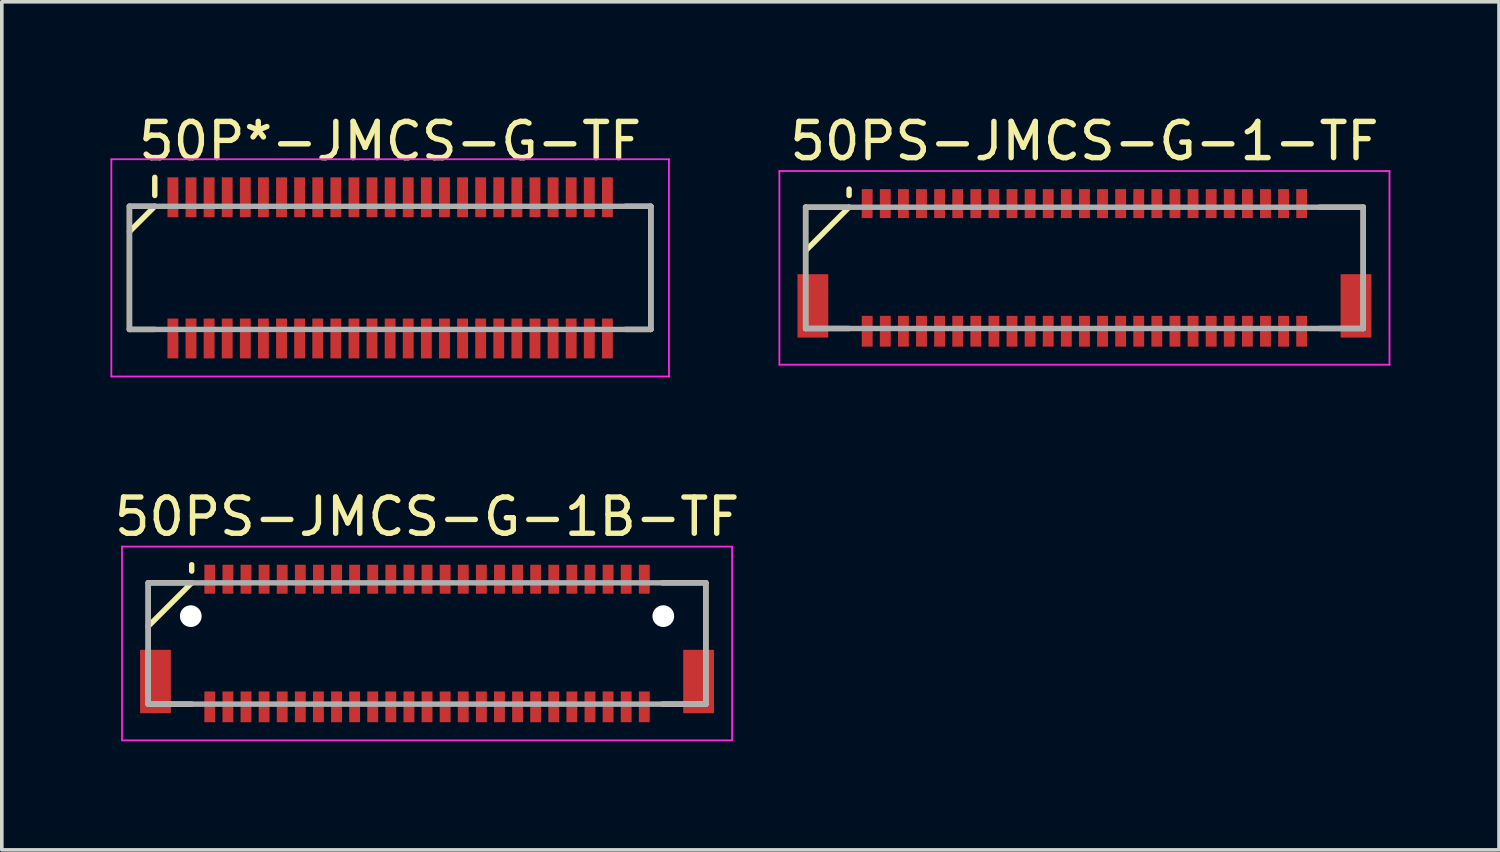
<source format=kicad_pcb>
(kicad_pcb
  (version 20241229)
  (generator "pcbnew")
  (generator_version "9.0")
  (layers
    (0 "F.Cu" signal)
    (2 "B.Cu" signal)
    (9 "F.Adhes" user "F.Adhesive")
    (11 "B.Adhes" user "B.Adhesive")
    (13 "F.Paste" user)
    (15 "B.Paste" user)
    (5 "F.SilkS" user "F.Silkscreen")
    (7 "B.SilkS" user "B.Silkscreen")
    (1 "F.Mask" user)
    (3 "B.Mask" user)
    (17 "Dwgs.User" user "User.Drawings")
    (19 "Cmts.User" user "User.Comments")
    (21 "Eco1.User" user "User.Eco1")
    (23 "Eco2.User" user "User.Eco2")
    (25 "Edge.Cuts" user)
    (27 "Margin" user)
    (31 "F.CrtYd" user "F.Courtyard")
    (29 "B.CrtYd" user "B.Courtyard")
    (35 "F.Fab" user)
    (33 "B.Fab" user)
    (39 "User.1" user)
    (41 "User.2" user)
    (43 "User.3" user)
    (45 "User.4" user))
  (footprint "50PS-JMCS-G-1B-TF"
    (layer "F.Cu")
    (at 8.744 14.722)
    (property "Reference" "50PS-JMCS-G-1B-TF" (at 0 -3.5 0) (layer "F.SilkS") (effects (font (size 1 1) (thickness 0.15))))
    (attr smd)
    (fp_line (start -7.7 -1.675) (end -7.7 1.675) (stroke (width 0.15) (type solid)) (layer "F.SilkS"))
    (fp_line (start -7.7 -1.675) (end -6.5 -1.675) (stroke (width 0.15) (type solid)) (layer "F.SilkS"))
    (fp_line (start -7.7 1.675) (end -6.5 1.675) (stroke (width 0.15) (type solid)) (layer "F.SilkS"))
    (fp_line (start -6.5 -2.175) (end -6.5 -2) (stroke (width 0.15) (type solid)) (layer "F.SilkS"))
    (fp_line (start -6.5 -1.675) (end -7.7 -0.475) (stroke (width 0.15) (type solid)) (layer "F.SilkS"))
    (fp_line (start 6.5 -1.675) (end 7.7 -1.675) (stroke (width 0.15) (type solid)) (layer "F.SilkS"))
    (fp_line (start 6.5 1.675) (end 7.7 1.675) (stroke (width 0.15) (type solid)) (layer "F.SilkS"))
    (fp_line (start 7.7 -1.675) (end 7.7 1.675) (stroke (width 0.15) (type solid)) (layer "F.SilkS"))
    (fp_line (start -8.425 -2.675) (end -8.425 2.675) (stroke (width 0.05) (type solid)) (layer "F.CrtYd"))
    (fp_line (start -8.425 -2.675) (end 8.425 -2.675) (stroke (width 0.05) (type solid)) (layer "F.CrtYd"))
    (fp_line (start -8.425 2.675) (end 8.425 2.675) (stroke (width 0.05) (type solid)) (layer "F.CrtYd"))
    (fp_line (start 8.425 -2.675) (end 8.425 2.675) (stroke (width 0.05) (type solid)) (layer "F.CrtYd"))
    (fp_line (start -7.7 -1.675) (end -7.7 1.675) (stroke (width 0.15) (type solid)) (layer "F.Fab"))
    (fp_line (start -7.7 -1.675) (end 7.7 -1.675) (stroke (width 0.15) (type solid)) (layer "F.Fab"))
    (fp_line (start -7.7 1.675) (end 7.7 1.675) (stroke (width 0.15) (type solid)) (layer "F.Fab"))
    (fp_line (start 7.7 -1.675) (end 7.7 1.675) (stroke (width 0.15) (type solid)) (layer "F.Fab"))
    (pad "" np_thru_hole circle (at -6.525 -0.755) (size 0.6 0.6) (drill 0.6) (layers "*.Cu" "*.Mask"))
    (pad "" np_thru_hole circle (at 6.525 -0.755) (size 0.6 0.6) (drill 0.6) (layers "*.Cu" "*.Mask"))
    (pad "1" smd rect (at -6 -1.775) (size 0.3 0.8) (layers "F.Cu" "F.Mask" "F.Paste"))
    (pad "2" smd rect (at -6 1.75) (size 0.3 0.85) (layers "F.Cu" "F.Mask" "F.Paste"))
    (pad "3" smd rect (at -5.5 -1.775) (size 0.3 0.8) (layers "F.Cu" "F.Mask" "F.Paste"))
    (pad "4" smd rect (at -5.5 1.75) (size 0.3 0.85) (layers "F.Cu" "F.Mask" "F.Paste"))
    (pad "5" smd rect (at -5 -1.775) (size 0.3 0.8) (layers "F.Cu" "F.Mask" "F.Paste"))
    (pad "6" smd rect (at -5 1.75) (size 0.3 0.85) (layers "F.Cu" "F.Mask" "F.Paste"))
    (pad "7" smd rect (at -4.5 -1.775) (size 0.3 0.8) (layers "F.Cu" "F.Mask" "F.Paste"))
    (pad "8" smd rect (at -4.5 1.75) (size 0.3 0.85) (layers "F.Cu" "F.Mask" "F.Paste"))
    (pad "9" smd rect (at -4 -1.775) (size 0.3 0.8) (layers "F.Cu" "F.Mask" "F.Paste"))
    (pad "10" smd rect (at -4 1.75) (size 0.3 0.85) (layers "F.Cu" "F.Mask" "F.Paste"))
    (pad "11" smd rect (at -3.5 -1.775) (size 0.3 0.8) (layers "F.Cu" "F.Mask" "F.Paste"))
    (pad "12" smd rect (at -3.5 1.75) (size 0.3 0.85) (layers "F.Cu" "F.Mask" "F.Paste"))
    (pad "13" smd rect (at -3 -1.775) (size 0.3 0.8) (layers "F.Cu" "F.Mask" "F.Paste"))
    (pad "14" smd rect (at -3 1.75) (size 0.3 0.85) (layers "F.Cu" "F.Mask" "F.Paste"))
    (pad "15" smd rect (at -2.5 -1.775) (size 0.3 0.8) (layers "F.Cu" "F.Mask" "F.Paste"))
    (pad "16" smd rect (at -2.5 1.75) (size 0.3 0.85) (layers "F.Cu" "F.Mask" "F.Paste"))
    (pad "17" smd rect (at -2 -1.775) (size 0.3 0.8) (layers "F.Cu" "F.Mask" "F.Paste"))
    (pad "18" smd rect (at -2 1.75) (size 0.3 0.85) (layers "F.Cu" "F.Mask" "F.Paste"))
    (pad "19" smd rect (at -1.5 -1.775) (size 0.3 0.8) (layers "F.Cu" "F.Mask" "F.Paste"))
    (pad "20" smd rect (at -1.5 1.75) (size 0.3 0.85) (layers "F.Cu" "F.Mask" "F.Paste"))
    (pad "21" smd rect (at -1 -1.775) (size 0.3 0.8) (layers "F.Cu" "F.Mask" "F.Paste"))
    (pad "22" smd rect (at -1 1.75) (size 0.3 0.85) (layers "F.Cu" "F.Mask" "F.Paste"))
    (pad "23" smd rect (at -0.5 -1.775) (size 0.3 0.8) (layers "F.Cu" "F.Mask" "F.Paste"))
    (pad "24" smd rect (at -0.5 1.75) (size 0.3 0.85) (layers "F.Cu" "F.Mask" "F.Paste"))
    (pad "25" smd rect (at 0 -1.775) (size 0.3 0.8) (layers "F.Cu" "F.Mask" "F.Paste"))
    (pad "26" smd rect (at 0 1.75) (size 0.3 0.85) (layers "F.Cu" "F.Mask" "F.Paste"))
    (pad "27" smd rect (at 0.5 -1.775) (size 0.3 0.8) (layers "F.Cu" "F.Mask" "F.Paste"))
    (pad "28" smd rect (at 0.5 1.75) (size 0.3 0.85) (layers "F.Cu" "F.Mask" "F.Paste"))
    (pad "29" smd rect (at 1 -1.775) (size 0.3 0.8) (layers "F.Cu" "F.Mask" "F.Paste"))
    (pad "30" smd rect (at 1 1.75) (size 0.3 0.85) (layers "F.Cu" "F.Mask" "F.Paste"))
    (pad "31" smd rect (at 1.5 -1.775) (size 0.3 0.8) (layers "F.Cu" "F.Mask" "F.Paste"))
    (pad "32" smd rect (at 1.5 1.75) (size 0.3 0.85) (layers "F.Cu" "F.Mask" "F.Paste"))
    (pad "33" smd rect (at 2 -1.775) (size 0.3 0.8) (layers "F.Cu" "F.Mask" "F.Paste"))
    (pad "34" smd rect (at 2 1.75) (size 0.3 0.85) (layers "F.Cu" "F.Mask" "F.Paste"))
    (pad "35" smd rect (at 2.5 -1.775) (size 0.3 0.8) (layers "F.Cu" "F.Mask" "F.Paste"))
    (pad "36" smd rect (at 2.5 1.75) (size 0.3 0.85) (layers "F.Cu" "F.Mask" "F.Paste"))
    (pad "37" smd rect (at 3 -1.775) (size 0.3 0.8) (layers "F.Cu" "F.Mask" "F.Paste"))
    (pad "38" smd rect (at 3 1.75) (size 0.3 0.85) (layers "F.Cu" "F.Mask" "F.Paste"))
    (pad "39" smd rect (at 3.5 -1.775) (size 0.3 0.8) (layers "F.Cu" "F.Mask" "F.Paste"))
    (pad "40" smd rect (at 3.5 1.75) (size 0.3 0.85) (layers "F.Cu" "F.Mask" "F.Paste"))
    (pad "41" smd rect (at 4 -1.775) (size 0.3 0.8) (layers "F.Cu" "F.Mask" "F.Paste"))
    (pad "42" smd rect (at 4 1.75) (size 0.3 0.85) (layers "F.Cu" "F.Mask" "F.Paste"))
    (pad "43" smd rect (at 4.5 -1.775) (size 0.3 0.8) (layers "F.Cu" "F.Mask" "F.Paste"))
    (pad "44" smd rect (at 4.5 1.75) (size 0.3 0.85) (layers "F.Cu" "F.Mask" "F.Paste"))
    (pad "45" smd rect (at 5 -1.775) (size 0.3 0.8) (layers "F.Cu" "F.Mask" "F.Paste"))
    (pad "46" smd rect (at 5 1.75) (size 0.3 0.85) (layers "F.Cu" "F.Mask" "F.Paste"))
    (pad "47" smd rect (at 5.5 -1.775) (size 0.3 0.8) (layers "F.Cu" "F.Mask" "F.Paste"))
    (pad "48" smd rect (at 5.5 1.75) (size 0.3 0.85) (layers "F.Cu" "F.Mask" "F.Paste"))
    (pad "49" smd rect (at 6 -1.775) (size 0.3 0.8) (layers "F.Cu" "F.Mask" "F.Paste"))
    (pad "50" smd rect (at 6 1.75) (size 0.3 0.85) (layers "F.Cu" "F.Mask" "F.Paste"))
    (pad "S" smd rect (at -7.5 1.05) (size 0.85 1.75) (layers "F.Cu" "F.Mask" "F.Paste"))
    (pad "S" smd rect (at 7.5 1.05) (size 0.85 1.75) (layers "F.Cu" "F.Mask" "F.Paste")))
  (footprint "50P*-JMCS-G-TF"
    (layer "F.Cu")
    (at 7.725 4.348)
    (property "Reference" "50P*-JMCS-G-TF" (at 0 -3.5 0) (layer "F.SilkS") (effects (font (size 1 1) (thickness 0.15))))
    (attr smd)
    (fp_line (start -7.2 -1.7) (end -7.2 1.7) (stroke (width 0.15) (type solid)) (layer "F.SilkS"))
    (fp_line (start -7.2 -1.7) (end -6.5 -1.7) (stroke (width 0.15) (type solid)) (layer "F.SilkS"))
    (fp_line (start -7.2 1.7) (end -6.5 1.7) (stroke (width 0.15) (type solid)) (layer "F.SilkS"))
    (fp_line (start -6.5 -2.5) (end -6.5 -2) (stroke (width 0.15) (type solid)) (layer "F.SilkS"))
    (fp_line (start -6.5 -1.7) (end -7.2 -1) (stroke (width 0.15) (type solid)) (layer "F.SilkS"))
    (fp_line (start 6.5 -1.7) (end 7.2 -1.7) (stroke (width 0.15) (type solid)) (layer "F.SilkS"))
    (fp_line (start 6.5 1.7) (end 7.2 1.7) (stroke (width 0.15) (type solid)) (layer "F.SilkS"))
    (fp_line (start 7.2 -1.7) (end 7.2 1.7) (stroke (width 0.15) (type solid)) (layer "F.SilkS"))
    (fp_line (start -7.7 -3) (end -7.7 3) (stroke (width 0.05) (type solid)) (layer "F.CrtYd"))
    (fp_line (start -7.7 -3) (end 7.7 -3) (stroke (width 0.05) (type solid)) (layer "F.CrtYd"))
    (fp_line (start -7.7 3) (end 7.7 3) (stroke (width 0.05) (type solid)) (layer "F.CrtYd"))
    (fp_line (start 7.7 -3) (end 7.7 3) (stroke (width 0.05) (type solid)) (layer "F.CrtYd"))
    (fp_line (start -7.2 -1.7) (end -7.2 1.7) (stroke (width 0.15) (type solid)) (layer "F.Fab"))
    (fp_line (start -7.2 -1.7) (end 7.2 -1.7) (stroke (width 0.15) (type solid)) (layer "F.Fab"))
    (fp_line (start -7.2 1.7) (end 7.2 1.7) (stroke (width 0.15) (type solid)) (layer "F.Fab"))
    (fp_line (start 7.2 -1.7) (end 7.2 1.7) (stroke (width 0.15) (type solid)) (layer "F.Fab"))
    (pad "1" smd rect (at -6 -1.95) (size 0.3 1.1) (layers "F.Cu" "F.Mask" "F.Paste"))
    (pad "2" smd rect (at -6 1.95) (size 0.3 1.1) (layers "F.Cu" "F.Mask" "F.Paste"))
    (pad "3" smd rect (at -5.5 -1.95) (size 0.3 1.1) (layers "F.Cu" "F.Mask" "F.Paste"))
    (pad "4" smd rect (at -5.5 1.95) (size 0.3 1.1) (layers "F.Cu" "F.Mask" "F.Paste"))
    (pad "5" smd rect (at -5 -1.95) (size 0.3 1.1) (layers "F.Cu" "F.Mask" "F.Paste"))
    (pad "6" smd rect (at -5 1.95) (size 0.3 1.1) (layers "F.Cu" "F.Mask" "F.Paste"))
    (pad "7" smd rect (at -4.5 -1.95) (size 0.3 1.1) (layers "F.Cu" "F.Mask" "F.Paste"))
    (pad "8" smd rect (at -4.5 1.95) (size 0.3 1.1) (layers "F.Cu" "F.Mask" "F.Paste"))
    (pad "9" smd rect (at -4 -1.95) (size 0.3 1.1) (layers "F.Cu" "F.Mask" "F.Paste"))
    (pad "10" smd rect (at -4 1.95) (size 0.3 1.1) (layers "F.Cu" "F.Mask" "F.Paste"))
    (pad "11" smd rect (at -3.5 -1.95) (size 0.3 1.1) (layers "F.Cu" "F.Mask" "F.Paste"))
    (pad "12" smd rect (at -3.5 1.95) (size 0.3 1.1) (layers "F.Cu" "F.Mask" "F.Paste"))
    (pad "13" smd rect (at -3 -1.95) (size 0.3 1.1) (layers "F.Cu" "F.Mask" "F.Paste"))
    (pad "14" smd rect (at -3 1.95) (size 0.3 1.1) (layers "F.Cu" "F.Mask" "F.Paste"))
    (pad "15" smd rect (at -2.5 -1.95) (size 0.3 1.1) (layers "F.Cu" "F.Mask" "F.Paste"))
    (pad "16" smd rect (at -2.5 1.95) (size 0.3 1.1) (layers "F.Cu" "F.Mask" "F.Paste"))
    (pad "17" smd rect (at -2 -1.95) (size 0.3 1.1) (layers "F.Cu" "F.Mask" "F.Paste"))
    (pad "18" smd rect (at -2 1.95) (size 0.3 1.1) (layers "F.Cu" "F.Mask" "F.Paste"))
    (pad "19" smd rect (at -1.5 -1.95) (size 0.3 1.1) (layers "F.Cu" "F.Mask" "F.Paste"))
    (pad "20" smd rect (at -1.5 1.95) (size 0.3 1.1) (layers "F.Cu" "F.Mask" "F.Paste"))
    (pad "21" smd rect (at -1 -1.95) (size 0.3 1.1) (layers "F.Cu" "F.Mask" "F.Paste"))
    (pad "22" smd rect (at -1 1.95) (size 0.3 1.1) (layers "F.Cu" "F.Mask" "F.Paste"))
    (pad "23" smd rect (at -0.5 -1.95) (size 0.3 1.1) (layers "F.Cu" "F.Mask" "F.Paste"))
    (pad "24" smd rect (at -0.5 1.95) (size 0.3 1.1) (layers "F.Cu" "F.Mask" "F.Paste"))
    (pad "25" smd rect (at 0 -1.95) (size 0.3 1.1) (layers "F.Cu" "F.Mask" "F.Paste"))
    (pad "26" smd rect (at 0 1.95) (size 0.3 1.1) (layers "F.Cu" "F.Mask" "F.Paste"))
    (pad "27" smd rect (at 0.5 -1.95) (size 0.3 1.1) (layers "F.Cu" "F.Mask" "F.Paste"))
    (pad "28" smd rect (at 0.5 1.95) (size 0.3 1.1) (layers "F.Cu" "F.Mask" "F.Paste"))
    (pad "29" smd rect (at 1 -1.95) (size 0.3 1.1) (layers "F.Cu" "F.Mask" "F.Paste"))
    (pad "30" smd rect (at 1 1.95) (size 0.3 1.1) (layers "F.Cu" "F.Mask" "F.Paste"))
    (pad "31" smd rect (at 1.5 -1.95) (size 0.3 1.1) (layers "F.Cu" "F.Mask" "F.Paste"))
    (pad "32" smd rect (at 1.5 1.95) (size 0.3 1.1) (layers "F.Cu" "F.Mask" "F.Paste"))
    (pad "33" smd rect (at 2 -1.95) (size 0.3 1.1) (layers "F.Cu" "F.Mask" "F.Paste"))
    (pad "34" smd rect (at 2 1.95) (size 0.3 1.1) (layers "F.Cu" "F.Mask" "F.Paste"))
    (pad "35" smd rect (at 2.5 -1.95) (size 0.3 1.1) (layers "F.Cu" "F.Mask" "F.Paste"))
    (pad "36" smd rect (at 2.5 1.95) (size 0.3 1.1) (layers "F.Cu" "F.Mask" "F.Paste"))
    (pad "37" smd rect (at 3 -1.95) (size 0.3 1.1) (layers "F.Cu" "F.Mask" "F.Paste"))
    (pad "38" smd rect (at 3 1.95) (size 0.3 1.1) (layers "F.Cu" "F.Mask" "F.Paste"))
    (pad "39" smd rect (at 3.5 -1.95) (size 0.3 1.1) (layers "F.Cu" "F.Mask" "F.Paste"))
    (pad "40" smd rect (at 3.5 1.95) (size 0.3 1.1) (layers "F.Cu" "F.Mask" "F.Paste"))
    (pad "41" smd rect (at 4 -1.95) (size 0.3 1.1) (layers "F.Cu" "F.Mask" "F.Paste"))
    (pad "42" smd rect (at 4 1.95) (size 0.3 1.1) (layers "F.Cu" "F.Mask" "F.Paste"))
    (pad "43" smd rect (at 4.5 -1.95) (size 0.3 1.1) (layers "F.Cu" "F.Mask" "F.Paste"))
    (pad "44" smd rect (at 4.5 1.95) (size 0.3 1.1) (layers "F.Cu" "F.Mask" "F.Paste"))
    (pad "45" smd rect (at 5 -1.95) (size 0.3 1.1) (layers "F.Cu" "F.Mask" "F.Paste"))
    (pad "46" smd rect (at 5 1.95) (size 0.3 1.1) (layers "F.Cu" "F.Mask" "F.Paste"))
    (pad "47" smd rect (at 5.5 -1.95) (size 0.3 1.1) (layers "F.Cu" "F.Mask" "F.Paste"))
    (pad "48" smd rect (at 5.5 1.95) (size 0.3 1.1) (layers "F.Cu" "F.Mask" "F.Paste"))
    (pad "49" smd rect (at 6 -1.95) (size 0.3 1.1) (layers "F.Cu" "F.Mask" "F.Paste"))
    (pad "50" smd rect (at 6 1.95) (size 0.3 1.1) (layers "F.Cu" "F.Mask" "F.Paste")))
  (footprint "50PS-JMCS-G-1-TF"
    (layer "F.Cu")
    (at 26.9 4.348)
    (property "Reference" "50PS-JMCS-G-1-TF" (at 0 -3.5 0) (layer "F.SilkS") (effects (font (size 1 1) (thickness 0.15))))
    (attr smd)
    (fp_line (start -7.7 -1.675) (end -7.7 1.675) (stroke (width 0.15) (type solid)) (layer "F.SilkS"))
    (fp_line (start -7.7 -1.675) (end -6.5 -1.675) (stroke (width 0.15) (type solid)) (layer "F.SilkS"))
    (fp_line (start -7.7 1.675) (end -6.5 1.675) (stroke (width 0.15) (type solid)) (layer "F.SilkS"))
    (fp_line (start -6.5 -2.175) (end -6.5 -2) (stroke (width 0.15) (type solid)) (layer "F.SilkS"))
    (fp_line (start -6.5 -1.675) (end -7.7 -0.475) (stroke (width 0.15) (type solid)) (layer "F.SilkS"))
    (fp_line (start 6.5 -1.675) (end 7.7 -1.675) (stroke (width 0.15) (type solid)) (layer "F.SilkS"))
    (fp_line (start 6.5 1.675) (end 7.7 1.675) (stroke (width 0.15) (type solid)) (layer "F.SilkS"))
    (fp_line (start 7.7 -1.675) (end 7.7 1.675) (stroke (width 0.15) (type solid)) (layer "F.SilkS"))
    (fp_line (start -8.425 -2.675) (end -8.425 2.675) (stroke (width 0.05) (type solid)) (layer "F.CrtYd"))
    (fp_line (start -8.425 -2.675) (end 8.425 -2.675) (stroke (width 0.05) (type solid)) (layer "F.CrtYd"))
    (fp_line (start -8.425 2.675) (end 8.425 2.675) (stroke (width 0.05) (type solid)) (layer "F.CrtYd"))
    (fp_line (start 8.425 -2.675) (end 8.425 2.675) (stroke (width 0.05) (type solid)) (layer "F.CrtYd"))
    (fp_line (start -7.7 -1.675) (end -7.7 1.675) (stroke (width 0.15) (type solid)) (layer "F.Fab"))
    (fp_line (start -7.7 -1.675) (end 7.7 -1.675) (stroke (width 0.15) (type solid)) (layer "F.Fab"))
    (fp_line (start -7.7 1.675) (end 7.7 1.675) (stroke (width 0.15) (type solid)) (layer "F.Fab"))
    (fp_line (start 7.7 -1.675) (end 7.7 1.675) (stroke (width 0.15) (type solid)) (layer "F.Fab"))
    (pad "1" smd rect (at -6 -1.775) (size 0.3 0.8) (layers "F.Cu" "F.Mask" "F.Paste"))
    (pad "2" smd rect (at -6 1.75) (size 0.3 0.85) (layers "F.Cu" "F.Mask" "F.Paste"))
    (pad "3" smd rect (at -5.5 -1.775) (size 0.3 0.8) (layers "F.Cu" "F.Mask" "F.Paste"))
    (pad "4" smd rect (at -5.5 1.75) (size 0.3 0.85) (layers "F.Cu" "F.Mask" "F.Paste"))
    (pad "5" smd rect (at -5 -1.775) (size 0.3 0.8) (layers "F.Cu" "F.Mask" "F.Paste"))
    (pad "6" smd rect (at -5 1.75) (size 0.3 0.85) (layers "F.Cu" "F.Mask" "F.Paste"))
    (pad "7" smd rect (at -4.5 -1.775) (size 0.3 0.8) (layers "F.Cu" "F.Mask" "F.Paste"))
    (pad "8" smd rect (at -4.5 1.75) (size 0.3 0.85) (layers "F.Cu" "F.Mask" "F.Paste"))
    (pad "9" smd rect (at -4 -1.775) (size 0.3 0.8) (layers "F.Cu" "F.Mask" "F.Paste"))
    (pad "10" smd rect (at -4 1.75) (size 0.3 0.85) (layers "F.Cu" "F.Mask" "F.Paste"))
    (pad "11" smd rect (at -3.5 -1.775) (size 0.3 0.8) (layers "F.Cu" "F.Mask" "F.Paste"))
    (pad "12" smd rect (at -3.5 1.75) (size 0.3 0.85) (layers "F.Cu" "F.Mask" "F.Paste"))
    (pad "13" smd rect (at -3 -1.775) (size 0.3 0.8) (layers "F.Cu" "F.Mask" "F.Paste"))
    (pad "14" smd rect (at -3 1.75) (size 0.3 0.85) (layers "F.Cu" "F.Mask" "F.Paste"))
    (pad "15" smd rect (at -2.5 -1.775) (size 0.3 0.8) (layers "F.Cu" "F.Mask" "F.Paste"))
    (pad "16" smd rect (at -2.5 1.75) (size 0.3 0.85) (layers "F.Cu" "F.Mask" "F.Paste"))
    (pad "17" smd rect (at -2 -1.775) (size 0.3 0.8) (layers "F.Cu" "F.Mask" "F.Paste"))
    (pad "18" smd rect (at -2 1.75) (size 0.3 0.85) (layers "F.Cu" "F.Mask" "F.Paste"))
    (pad "19" smd rect (at -1.5 -1.775) (size 0.3 0.8) (layers "F.Cu" "F.Mask" "F.Paste"))
    (pad "20" smd rect (at -1.5 1.75) (size 0.3 0.85) (layers "F.Cu" "F.Mask" "F.Paste"))
    (pad "21" smd rect (at -1 -1.775) (size 0.3 0.8) (layers "F.Cu" "F.Mask" "F.Paste"))
    (pad "22" smd rect (at -1 1.75) (size 0.3 0.85) (layers "F.Cu" "F.Mask" "F.Paste"))
    (pad "23" smd rect (at -0.5 -1.775) (size 0.3 0.8) (layers "F.Cu" "F.Mask" "F.Paste"))
    (pad "24" smd rect (at -0.5 1.75) (size 0.3 0.85) (layers "F.Cu" "F.Mask" "F.Paste"))
    (pad "25" smd rect (at 0 -1.775) (size 0.3 0.8) (layers "F.Cu" "F.Mask" "F.Paste"))
    (pad "26" smd rect (at 0 1.75) (size 0.3 0.85) (layers "F.Cu" "F.Mask" "F.Paste"))
    (pad "27" smd rect (at 0.5 -1.775) (size 0.3 0.8) (layers "F.Cu" "F.Mask" "F.Paste"))
    (pad "28" smd rect (at 0.5 1.75) (size 0.3 0.85) (layers "F.Cu" "F.Mask" "F.Paste"))
    (pad "29" smd rect (at 1 -1.775) (size 0.3 0.8) (layers "F.Cu" "F.Mask" "F.Paste"))
    (pad "30" smd rect (at 1 1.75) (size 0.3 0.85) (layers "F.Cu" "F.Mask" "F.Paste"))
    (pad "31" smd rect (at 1.5 -1.775) (size 0.3 0.8) (layers "F.Cu" "F.Mask" "F.Paste"))
    (pad "32" smd rect (at 1.5 1.75) (size 0.3 0.85) (layers "F.Cu" "F.Mask" "F.Paste"))
    (pad "33" smd rect (at 2 -1.775) (size 0.3 0.8) (layers "F.Cu" "F.Mask" "F.Paste"))
    (pad "34" smd rect (at 2 1.75) (size 0.3 0.85) (layers "F.Cu" "F.Mask" "F.Paste"))
    (pad "35" smd rect (at 2.5 -1.775) (size 0.3 0.8) (layers "F.Cu" "F.Mask" "F.Paste"))
    (pad "36" smd rect (at 2.5 1.75) (size 0.3 0.85) (layers "F.Cu" "F.Mask" "F.Paste"))
    (pad "37" smd rect (at 3 -1.775) (size 0.3 0.8) (layers "F.Cu" "F.Mask" "F.Paste"))
    (pad "38" smd rect (at 3 1.75) (size 0.3 0.85) (layers "F.Cu" "F.Mask" "F.Paste"))
    (pad "39" smd rect (at 3.5 -1.775) (size 0.3 0.8) (layers "F.Cu" "F.Mask" "F.Paste"))
    (pad "40" smd rect (at 3.5 1.75) (size 0.3 0.85) (layers "F.Cu" "F.Mask" "F.Paste"))
    (pad "41" smd rect (at 4 -1.775) (size 0.3 0.8) (layers "F.Cu" "F.Mask" "F.Paste"))
    (pad "42" smd rect (at 4 1.75) (size 0.3 0.85) (layers "F.Cu" "F.Mask" "F.Paste"))
    (pad "43" smd rect (at 4.5 -1.775) (size 0.3 0.8) (layers "F.Cu" "F.Mask" "F.Paste"))
    (pad "44" smd rect (at 4.5 1.75) (size 0.3 0.85) (layers "F.Cu" "F.Mask" "F.Paste"))
    (pad "45" smd rect (at 5 -1.775) (size 0.3 0.8) (layers "F.Cu" "F.Mask" "F.Paste"))
    (pad "46" smd rect (at 5 1.75) (size 0.3 0.85) (layers "F.Cu" "F.Mask" "F.Paste"))
    (pad "47" smd rect (at 5.5 -1.775) (size 0.3 0.8) (layers "F.Cu" "F.Mask" "F.Paste"))
    (pad "48" smd rect (at 5.5 1.75) (size 0.3 0.85) (layers "F.Cu" "F.Mask" "F.Paste"))
    (pad "49" smd rect (at 6 -1.775) (size 0.3 0.8) (layers "F.Cu" "F.Mask" "F.Paste"))
    (pad "50" smd rect (at 6 1.75) (size 0.3 0.85) (layers "F.Cu" "F.Mask" "F.Paste"))
    (pad "S" smd rect (at -7.5 1.05) (size 0.85 1.75) (layers "F.Cu" "F.Mask" "F.Paste"))
    (pad "S" smd rect (at 7.5 1.05) (size 0.85 1.75) (layers "F.Cu" "F.Mask" "F.Paste")))
  (gr_rect
    (start -3 -3)
    (end 38.35 20.422)
    (stroke (width 0.1) (type default))
    (fill no)
    (layer "Edge.Cuts")))
</source>
